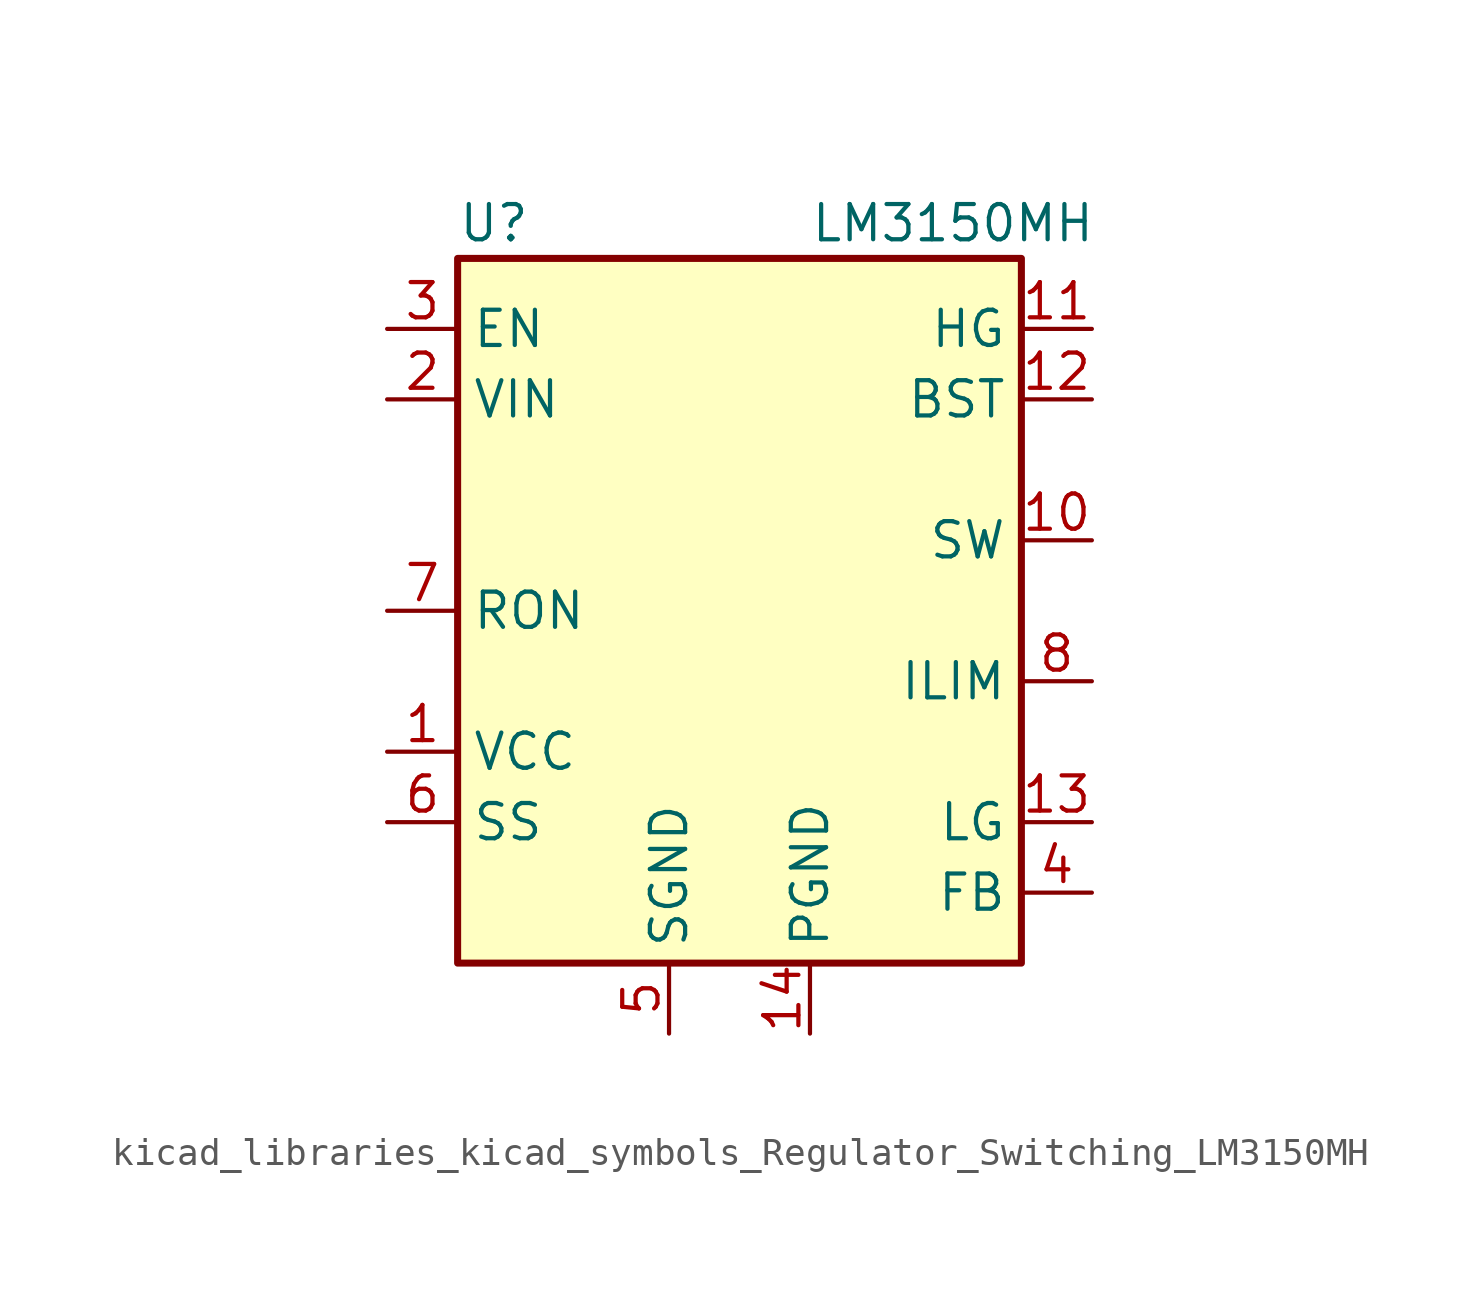
<source format=kicad_sym>
(kicad_symbol_lib
  (version 20220914)
  (generator kicad_symbol_editor)
  (symbol "kicad_libraries_kicad_symbols_Regulator_Switching_LM3150MH"
    (property "Reference" "U"
      (at -10.16 13.97 0)
      (effects (font (size 1.27 1.27)) (justify left)))
    (property "Value" "LM3150MH"
      (at 2.54 13.97 0)
      (effects (font (size 1.27 1.27)) (justify left)))
    (symbol "kicad_libraries_kicad_symbols_Regulator_Switching_LM3150MH_0_1"
      (rectangle (start -10.16 12.7) (end 10.16 -12.7) (stroke (width 0.254) (type default)) (fill (type background))))
    (symbol "kicad_libraries_kicad_symbols_Regulator_Switching_LM3150MH_1_1"
      (pin power_out line (at -12.7 -5.08 0) (length 2.54) (name "VCC" (effects (font (size 1.27 1.27)))) (number "1" (effects (font (size 1.27 1.27)))))
      (pin output line (at 12.7 2.54 180) (length 2.54) (name "SW" (effects (font (size 1.27 1.27)))) (number "10" (effects (font (size 1.27 1.27)))))
      (pin output line (at 12.7 10.16 180) (length 2.54) (name "HG" (effects (font (size 1.27 1.27)))) (number "11" (effects (font (size 1.27 1.27)))))
      (pin passive line (at 12.7 7.62 180) (length 2.54) (name "BST" (effects (font (size 1.27 1.27)))) (number "12" (effects (font (size 1.27 1.27)))))
      (pin output line (at 12.7 -7.62 180) (length 2.54) (name "LG" (effects (font (size 1.27 1.27)))) (number "13" (effects (font (size 1.27 1.27)))))
      (pin power_in line (at 2.54 -15.24 90) (length 2.54) (name "PGND" (effects (font (size 1.27 1.27)))) (number "14" (effects (font (size 1.27 1.27)))))
      (pin passive line (at -2.54 -15.24 90) (length 2.54) hide (name "SGND" (effects (font (size 1.27 1.27)))) (number "15" (effects (font (size 1.27 1.27)))))
      (pin power_in line (at -12.7 7.62 0) (length 2.54) (name "VIN" (effects (font (size 1.27 1.27)))) (number "2" (effects (font (size 1.27 1.27)))))
      (pin input line (at -12.7 10.16 0) (length 2.54) (name "EN" (effects (font (size 1.27 1.27)))) (number "3" (effects (font (size 1.27 1.27)))))
      (pin input line (at 12.7 -10.16 180) (length 2.54) (name "FB" (effects (font (size 1.27 1.27)))) (number "4" (effects (font (size 1.27 1.27)))))
      (pin power_in line (at -2.54 -15.24 90) (length 2.54) (name "SGND" (effects (font (size 1.27 1.27)))) (number "5" (effects (font (size 1.27 1.27)))))
      (pin passive line (at -12.7 -7.62 0) (length 2.54) (name "SS" (effects (font (size 1.27 1.27)))) (number "6" (effects (font (size 1.27 1.27)))))
      (pin input line (at -12.7 0 0) (length 2.54) (name "RON" (effects (font (size 1.27 1.27)))) (number "7" (effects (font (size 1.27 1.27)))))
      (pin input line (at 12.7 -2.54 180) (length 2.54) (name "ILIM" (effects (font (size 1.27 1.27)))) (number "8" (effects (font (size 1.27 1.27)))))
      (pin passive line (at -2.54 -15.24 90) (length 2.54) hide (name "SGND" (effects (font (size 1.27 1.27)))) (number "9" (effects (font (size 1.27 1.27))))))))
</source>
